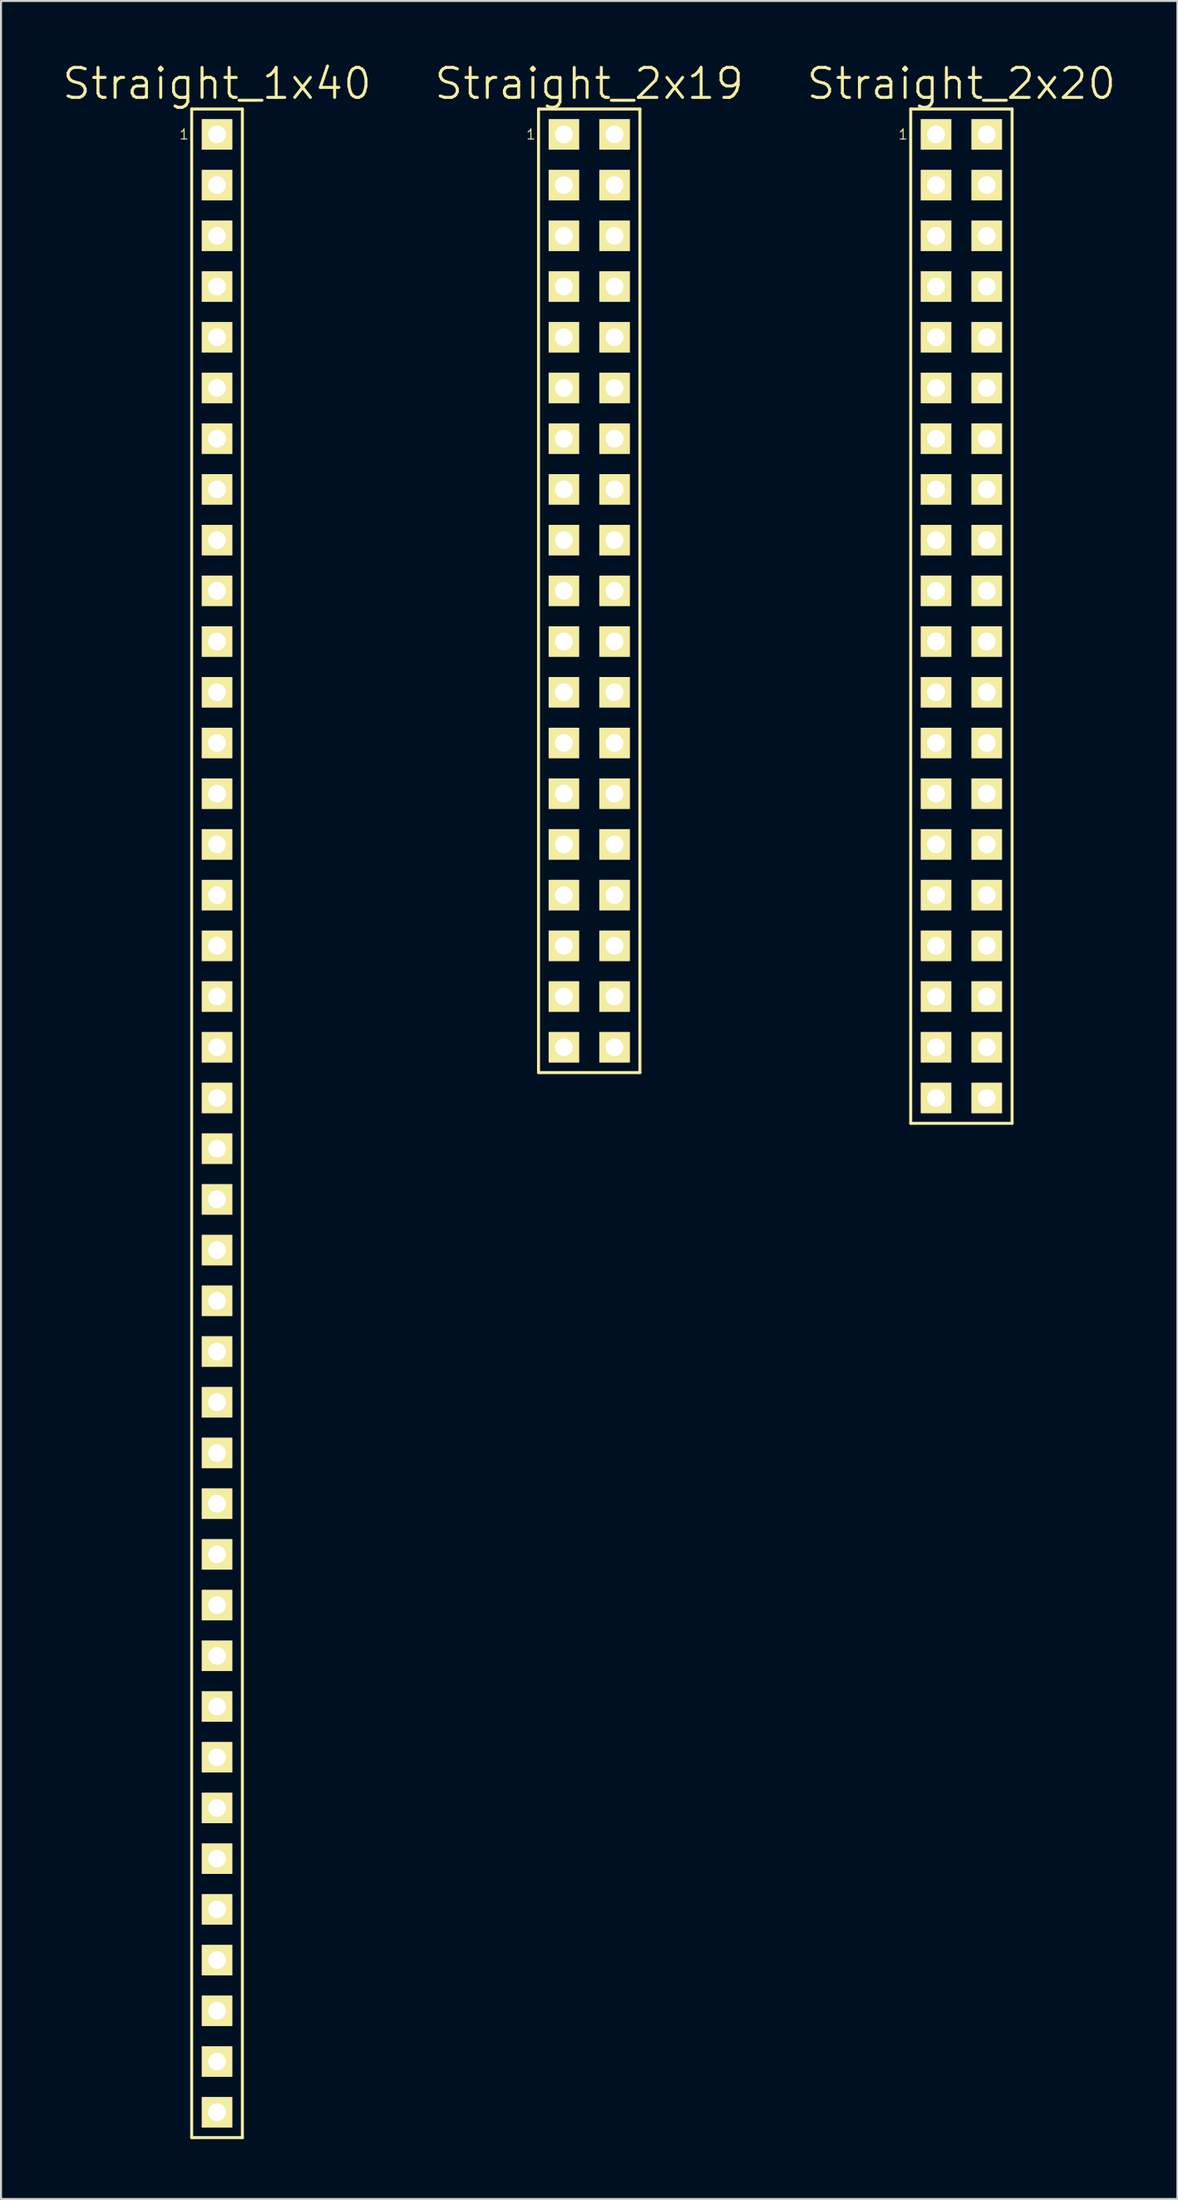
<source format=kicad_pcb>
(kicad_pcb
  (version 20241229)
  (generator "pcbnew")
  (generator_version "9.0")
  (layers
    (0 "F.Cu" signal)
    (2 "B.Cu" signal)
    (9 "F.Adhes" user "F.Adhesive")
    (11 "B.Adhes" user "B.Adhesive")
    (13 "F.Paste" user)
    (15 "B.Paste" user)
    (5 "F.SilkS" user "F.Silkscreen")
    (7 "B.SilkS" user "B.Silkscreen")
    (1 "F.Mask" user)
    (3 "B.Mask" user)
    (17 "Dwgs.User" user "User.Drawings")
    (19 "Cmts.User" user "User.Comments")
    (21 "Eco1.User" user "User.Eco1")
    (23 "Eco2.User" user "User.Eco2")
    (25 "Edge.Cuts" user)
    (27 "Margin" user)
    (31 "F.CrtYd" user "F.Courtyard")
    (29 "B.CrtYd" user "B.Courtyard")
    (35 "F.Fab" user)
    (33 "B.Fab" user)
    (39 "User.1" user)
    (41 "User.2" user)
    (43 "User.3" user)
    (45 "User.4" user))
  (footprint "Straight_1x40"
    (layer "F.Cu")
    (at 7.825 53.211)
    (property "Reference" "Straight_1x40" (at 0 -52.07 0) (layer "F.SilkS") (effects (font (size 1.5 1.5) (thickness 0.15))))
    (attr through_hole)
    (fp_line (start -1.27 -50.8) (end 1.27 -50.8) (stroke (width 0.15) (type solid)) (layer "F.SilkS"))
    (fp_line (start -1.27 50.8) (end -1.27 -50.8) (stroke (width 0.15) (type solid)) (layer "F.SilkS"))
    (fp_line (start 1.27 -50.8) (end 1.27 50.8) (stroke (width 0.15) (type solid)) (layer "F.SilkS"))
    (fp_line (start 1.27 50.8) (end -1.27 50.8) (stroke (width 0.15) (type solid)) (layer "F.SilkS"))
    (fp_text user "1" (at -1.651 -49.53 0) (layer "F.SilkS") (effects (font (size 0.5 0.5) (thickness 0.05))))
    (pad "1" thru_hole rect (at 0 -49.53) (size 1.524 1.524) (drill 0.889) (layers "*.Cu" "*.Mask" "F.SilkS"))
    (pad "2" thru_hole rect (at 0 -46.99) (size 1.524 1.524) (drill 0.889) (layers "*.Cu" "*.Mask" "F.SilkS"))
    (pad "3" thru_hole rect (at 0 -44.45) (size 1.524 1.524) (drill 0.889) (layers "*.Cu" "*.Mask" "F.SilkS"))
    (pad "4" thru_hole rect (at 0 -41.91) (size 1.524 1.524) (drill 0.889) (layers "*.Cu" "*.Mask" "F.SilkS"))
    (pad "5" thru_hole rect (at 0 -39.37) (size 1.524 1.524) (drill 0.889) (layers "*.Cu" "*.Mask" "F.SilkS"))
    (pad "6" thru_hole rect (at 0 -36.83) (size 1.524 1.524) (drill 0.889) (layers "*.Cu" "*.Mask" "F.SilkS"))
    (pad "7" thru_hole rect (at 0 -34.29) (size 1.524 1.524) (drill 0.889) (layers "*.Cu" "*.Mask" "F.SilkS"))
    (pad "8" thru_hole rect (at 0 -31.75) (size 1.524 1.524) (drill 0.889) (layers "*.Cu" "*.Mask" "F.SilkS"))
    (pad "9" thru_hole rect (at 0 -29.21) (size 1.524 1.524) (drill 0.889) (layers "*.Cu" "*.Mask" "F.SilkS"))
    (pad "10" thru_hole rect (at 0 -26.67) (size 1.524 1.524) (drill 0.889) (layers "*.Cu" "*.Mask" "F.SilkS"))
    (pad "11" thru_hole rect (at 0 -24.13) (size 1.524 1.524) (drill 0.889) (layers "*.Cu" "*.Mask" "F.SilkS"))
    (pad "12" thru_hole rect (at 0 -21.59) (size 1.524 1.524) (drill 0.889) (layers "*.Cu" "*.Mask" "F.SilkS"))
    (pad "13" thru_hole rect (at 0 -19.05) (size 1.524 1.524) (drill 0.889) (layers "*.Cu" "*.Mask" "F.SilkS"))
    (pad "14" thru_hole rect (at 0 -16.51) (size 1.524 1.524) (drill 0.889) (layers "*.Cu" "*.Mask" "F.SilkS"))
    (pad "15" thru_hole rect (at 0 -13.97) (size 1.524 1.524) (drill 0.889) (layers "*.Cu" "*.Mask" "F.SilkS"))
    (pad "16" thru_hole rect (at 0 -11.43) (size 1.524 1.524) (drill 0.889) (layers "*.Cu" "*.Mask" "F.SilkS"))
    (pad "17" thru_hole rect (at 0 -8.89) (size 1.524 1.524) (drill 0.889) (layers "*.Cu" "*.Mask" "F.SilkS"))
    (pad "18" thru_hole rect (at 0 -6.35) (size 1.524 1.524) (drill 0.889) (layers "*.Cu" "*.Mask" "F.SilkS"))
    (pad "19" thru_hole rect (at 0 -3.81) (size 1.524 1.524) (drill 0.889) (layers "*.Cu" "*.Mask" "F.SilkS"))
    (pad "20" thru_hole rect (at 0 -1.27) (size 1.524 1.524) (drill 0.889) (layers "*.Cu" "*.Mask" "F.SilkS"))
    (pad "21" thru_hole rect (at 0 1.27) (size 1.524 1.524) (drill 0.889) (layers "*.Cu" "*.Mask" "F.SilkS"))
    (pad "22" thru_hole rect (at 0 3.81) (size 1.524 1.524) (drill 0.889) (layers "*.Cu" "*.Mask" "F.SilkS"))
    (pad "23" thru_hole rect (at 0 6.35) (size 1.524 1.524) (drill 0.889) (layers "*.Cu" "*.Mask" "F.SilkS"))
    (pad "24" thru_hole rect (at 0 8.89) (size 1.524 1.524) (drill 0.889) (layers "*.Cu" "*.Mask" "F.SilkS"))
    (pad "25" thru_hole rect (at 0 11.43) (size 1.524 1.524) (drill 0.889) (layers "*.Cu" "*.Mask" "F.SilkS"))
    (pad "26" thru_hole rect (at 0 13.97) (size 1.524 1.524) (drill 0.889) (layers "*.Cu" "*.Mask" "F.SilkS"))
    (pad "27" thru_hole rect (at 0 16.51) (size 1.524 1.524) (drill 0.889) (layers "*.Cu" "*.Mask" "F.SilkS"))
    (pad "28" thru_hole rect (at 0 19.05) (size 1.524 1.524) (drill 0.889) (layers "*.Cu" "*.Mask" "F.SilkS"))
    (pad "29" thru_hole rect (at 0 21.59) (size 1.524 1.524) (drill 0.889) (layers "*.Cu" "*.Mask" "F.SilkS"))
    (pad "30" thru_hole rect (at 0 24.13) (size 1.524 1.524) (drill 0.889) (layers "*.Cu" "*.Mask" "F.SilkS"))
    (pad "31" thru_hole rect (at 0 26.67) (size 1.524 1.524) (drill 0.889) (layers "*.Cu" "*.Mask" "F.SilkS"))
    (pad "32" thru_hole rect (at 0 29.21) (size 1.524 1.524) (drill 0.889) (layers "*.Cu" "*.Mask" "F.SilkS"))
    (pad "33" thru_hole rect (at 0 31.75) (size 1.524 1.524) (drill 0.889) (layers "*.Cu" "*.Mask" "F.SilkS"))
    (pad "34" thru_hole rect (at 0 34.29) (size 1.524 1.524) (drill 0.889) (layers "*.Cu" "*.Mask" "F.SilkS"))
    (pad "35" thru_hole rect (at 0 36.83) (size 1.524 1.524) (drill 0.889) (layers "*.Cu" "*.Mask" "F.SilkS"))
    (pad "36" thru_hole rect (at 0 39.37) (size 1.524 1.524) (drill 0.889) (layers "*.Cu" "*.Mask" "F.SilkS"))
    (pad "37" thru_hole rect (at 0 41.91) (size 1.524 1.524) (drill 0.889) (layers "*.Cu" "*.Mask" "F.SilkS"))
    (pad "38" thru_hole rect (at 0 44.45) (size 1.524 1.524) (drill 0.889) (layers "*.Cu" "*.Mask" "F.SilkS"))
    (pad "39" thru_hole rect (at 0 46.99) (size 1.524 1.524) (drill 0.889) (layers "*.Cu" "*.Mask" "F.SilkS"))
    (pad "40" thru_hole rect (at 0 49.53) (size 1.524 1.524) (drill 0.889) (layers "*.Cu" "*.Mask" "F.SilkS")))
  (footprint "Straight_2x20"
    (layer "F.Cu")
    (at 45.125 27.811)
    (property "Reference" "Straight_2x20" (at 0 -26.67 0) (layer "F.SilkS") (effects (font (size 1.5 1.5) (thickness 0.15))))
    (attr through_hole)
    (fp_line (start -2.54 -25.4) (end 2.54 -25.4) (stroke (width 0.15) (type solid)) (layer "F.SilkS"))
    (fp_line (start -2.54 25.4) (end -2.54 -25.4) (stroke (width 0.15) (type solid)) (layer "F.SilkS"))
    (fp_line (start 2.54 -25.4) (end 2.54 25.4) (stroke (width 0.15) (type solid)) (layer "F.SilkS"))
    (fp_line (start 2.54 25.4) (end -2.54 25.4) (stroke (width 0.15) (type solid)) (layer "F.SilkS"))
    (fp_text user "1" (at -2.921 -24.13 0) (layer "F.SilkS") (effects (font (size 0.5 0.5) (thickness 0.05))))
    (pad "1" thru_hole rect (at -1.27 -24.13) (size 1.524 1.524) (drill 0.889) (layers "*.Cu" "*.Mask" "F.SilkS"))
    (pad "2" thru_hole rect (at 1.27 -24.13) (size 1.524 1.524) (drill 0.889) (layers "*.Cu" "*.Mask" "F.SilkS"))
    (pad "3" thru_hole rect (at -1.27 -21.59) (size 1.524 1.524) (drill 0.889) (layers "*.Cu" "*.Mask" "F.SilkS"))
    (pad "4" thru_hole rect (at 1.27 -21.59) (size 1.524 1.524) (drill 0.889) (layers "*.Cu" "*.Mask" "F.SilkS"))
    (pad "5" thru_hole rect (at -1.27 -19.05) (size 1.524 1.524) (drill 0.889) (layers "*.Cu" "*.Mask" "F.SilkS"))
    (pad "6" thru_hole rect (at 1.27 -19.05) (size 1.524 1.524) (drill 0.889) (layers "*.Cu" "*.Mask" "F.SilkS"))
    (pad "7" thru_hole rect (at -1.27 -16.51) (size 1.524 1.524) (drill 0.889) (layers "*.Cu" "*.Mask" "F.SilkS"))
    (pad "8" thru_hole rect (at 1.27 -16.51) (size 1.524 1.524) (drill 0.889) (layers "*.Cu" "*.Mask" "F.SilkS"))
    (pad "9" thru_hole rect (at -1.27 -13.97) (size 1.524 1.524) (drill 0.889) (layers "*.Cu" "*.Mask" "F.SilkS"))
    (pad "10" thru_hole rect (at 1.27 -13.97) (size 1.524 1.524) (drill 0.889) (layers "*.Cu" "*.Mask" "F.SilkS"))
    (pad "11" thru_hole rect (at -1.27 -11.43) (size 1.524 1.524) (drill 0.889) (layers "*.Cu" "*.Mask" "F.SilkS"))
    (pad "12" thru_hole rect (at 1.27 -11.43) (size 1.524 1.524) (drill 0.889) (layers "*.Cu" "*.Mask" "F.SilkS"))
    (pad "13" thru_hole rect (at -1.27 -8.89) (size 1.524 1.524) (drill 0.889) (layers "*.Cu" "*.Mask" "F.SilkS"))
    (pad "14" thru_hole rect (at 1.27 -8.89) (size 1.524 1.524) (drill 0.889) (layers "*.Cu" "*.Mask" "F.SilkS"))
    (pad "15" thru_hole rect (at -1.27 -6.35) (size 1.524 1.524) (drill 0.889) (layers "*.Cu" "*.Mask" "F.SilkS"))
    (pad "16" thru_hole rect (at 1.27 -6.35) (size 1.524 1.524) (drill 0.889) (layers "*.Cu" "*.Mask" "F.SilkS"))
    (pad "17" thru_hole rect (at -1.27 -3.81) (size 1.524 1.524) (drill 0.889) (layers "*.Cu" "*.Mask" "F.SilkS"))
    (pad "18" thru_hole rect (at 1.27 -3.81) (size 1.524 1.524) (drill 0.889) (layers "*.Cu" "*.Mask" "F.SilkS"))
    (pad "19" thru_hole rect (at -1.27 -1.27) (size 1.524 1.524) (drill 0.889) (layers "*.Cu" "*.Mask" "F.SilkS"))
    (pad "20" thru_hole rect (at 1.27 -1.27) (size 1.524 1.524) (drill 0.889) (layers "*.Cu" "*.Mask" "F.SilkS"))
    (pad "21" thru_hole rect (at -1.27 1.27) (size 1.524 1.524) (drill 0.889) (layers "*.Cu" "*.Mask" "F.SilkS"))
    (pad "22" thru_hole rect (at 1.27 1.27) (size 1.524 1.524) (drill 0.889) (layers "*.Cu" "*.Mask" "F.SilkS"))
    (pad "23" thru_hole rect (at -1.27 3.81) (size 1.524 1.524) (drill 0.889) (layers "*.Cu" "*.Mask" "F.SilkS"))
    (pad "24" thru_hole rect (at 1.27 3.81) (size 1.524 1.524) (drill 0.889) (layers "*.Cu" "*.Mask" "F.SilkS"))
    (pad "25" thru_hole rect (at -1.27 6.35) (size 1.524 1.524) (drill 0.889) (layers "*.Cu" "*.Mask" "F.SilkS"))
    (pad "26" thru_hole rect (at 1.27 6.35) (size 1.524 1.524) (drill 0.889) (layers "*.Cu" "*.Mask" "F.SilkS"))
    (pad "27" thru_hole rect (at -1.27 8.89) (size 1.524 1.524) (drill 0.889) (layers "*.Cu" "*.Mask" "F.SilkS"))
    (pad "28" thru_hole rect (at 1.27 8.89) (size 1.524 1.524) (drill 0.889) (layers "*.Cu" "*.Mask" "F.SilkS"))
    (pad "29" thru_hole rect (at -1.27 11.43) (size 1.524 1.524) (drill 0.889) (layers "*.Cu" "*.Mask" "F.SilkS"))
    (pad "30" thru_hole rect (at 1.27 11.43) (size 1.524 1.524) (drill 0.889) (layers "*.Cu" "*.Mask" "F.SilkS"))
    (pad "31" thru_hole rect (at -1.27 13.97) (size 1.524 1.524) (drill 0.889) (layers "*.Cu" "*.Mask" "F.SilkS"))
    (pad "32" thru_hole rect (at 1.27 13.97) (size 1.524 1.524) (drill 0.889) (layers "*.Cu" "*.Mask" "F.SilkS"))
    (pad "33" thru_hole rect (at -1.27 16.51) (size 1.524 1.524) (drill 0.889) (layers "*.Cu" "*.Mask" "F.SilkS"))
    (pad "34" thru_hole rect (at 1.27 16.51) (size 1.524 1.524) (drill 0.889) (layers "*.Cu" "*.Mask" "F.SilkS"))
    (pad "35" thru_hole rect (at -1.27 19.05) (size 1.524 1.524) (drill 0.889) (layers "*.Cu" "*.Mask" "F.SilkS"))
    (pad "36" thru_hole rect (at 1.27 19.05) (size 1.524 1.524) (drill 0.889) (layers "*.Cu" "*.Mask" "F.SilkS"))
    (pad "37" thru_hole rect (at -1.27 21.59) (size 1.524 1.524) (drill 0.889) (layers "*.Cu" "*.Mask" "F.SilkS"))
    (pad "38" thru_hole rect (at 1.27 21.59) (size 1.524 1.524) (drill 0.889) (layers "*.Cu" "*.Mask" "F.SilkS"))
    (pad "39" thru_hole rect (at -1.27 24.13) (size 1.524 1.524) (drill 0.889) (layers "*.Cu" "*.Mask" "F.SilkS"))
    (pad "40" thru_hole rect (at 1.27 24.13) (size 1.524 1.524) (drill 0.889) (layers "*.Cu" "*.Mask" "F.SilkS")))
  (footprint "Straight_2x19"
    (layer "F.Cu")
    (at 26.475 26.541)
    (property "Reference" "Straight_2x19" (at 0 -25.4 0) (layer "F.SilkS") (effects (font (size 1.5 1.5) (thickness 0.15))))
    (attr through_hole)
    (fp_line (start -2.54 -24.13) (end 2.54 -24.13) (stroke (width 0.15) (type solid)) (layer "F.SilkS"))
    (fp_line (start -2.54 24.13) (end -2.54 -24.13) (stroke (width 0.15) (type solid)) (layer "F.SilkS"))
    (fp_line (start 2.54 -24.13) (end 2.54 24.13) (stroke (width 0.15) (type solid)) (layer "F.SilkS"))
    (fp_line (start 2.54 24.13) (end -2.54 24.13) (stroke (width 0.15) (type solid)) (layer "F.SilkS"))
    (fp_text user "1" (at -2.921 -22.86 0) (layer "F.SilkS") (effects (font (size 0.5 0.5) (thickness 0.05))))
    (pad "1" thru_hole rect (at -1.27 -22.86) (size 1.524 1.524) (drill 0.889) (layers "*.Cu" "*.Mask" "F.SilkS"))
    (pad "2" thru_hole rect (at 1.27 -22.86) (size 1.524 1.524) (drill 0.889) (layers "*.Cu" "*.Mask" "F.SilkS"))
    (pad "3" thru_hole rect (at -1.27 -20.32) (size 1.524 1.524) (drill 0.889) (layers "*.Cu" "*.Mask" "F.SilkS"))
    (pad "4" thru_hole rect (at 1.27 -20.32) (size 1.524 1.524) (drill 0.889) (layers "*.Cu" "*.Mask" "F.SilkS"))
    (pad "5" thru_hole rect (at -1.27 -17.78) (size 1.524 1.524) (drill 0.889) (layers "*.Cu" "*.Mask" "F.SilkS"))
    (pad "6" thru_hole rect (at 1.27 -17.78) (size 1.524 1.524) (drill 0.889) (layers "*.Cu" "*.Mask" "F.SilkS"))
    (pad "7" thru_hole rect (at -1.27 -15.24) (size 1.524 1.524) (drill 0.889) (layers "*.Cu" "*.Mask" "F.SilkS"))
    (pad "8" thru_hole rect (at 1.27 -15.24) (size 1.524 1.524) (drill 0.889) (layers "*.Cu" "*.Mask" "F.SilkS"))
    (pad "9" thru_hole rect (at -1.27 -12.7) (size 1.524 1.524) (drill 0.889) (layers "*.Cu" "*.Mask" "F.SilkS"))
    (pad "10" thru_hole rect (at 1.27 -12.7) (size 1.524 1.524) (drill 0.889) (layers "*.Cu" "*.Mask" "F.SilkS"))
    (pad "11" thru_hole rect (at -1.27 -10.16) (size 1.524 1.524) (drill 0.889) (layers "*.Cu" "*.Mask" "F.SilkS"))
    (pad "12" thru_hole rect (at 1.27 -10.16) (size 1.524 1.524) (drill 0.889) (layers "*.Cu" "*.Mask" "F.SilkS"))
    (pad "13" thru_hole rect (at -1.27 -7.62) (size 1.524 1.524) (drill 0.889) (layers "*.Cu" "*.Mask" "F.SilkS"))
    (pad "14" thru_hole rect (at 1.27 -7.62) (size 1.524 1.524) (drill 0.889) (layers "*.Cu" "*.Mask" "F.SilkS"))
    (pad "15" thru_hole rect (at -1.27 -5.08) (size 1.524 1.524) (drill 0.889) (layers "*.Cu" "*.Mask" "F.SilkS"))
    (pad "16" thru_hole rect (at 1.27 -5.08) (size 1.524 1.524) (drill 0.889) (layers "*.Cu" "*.Mask" "F.SilkS"))
    (pad "17" thru_hole rect (at -1.27 -2.54) (size 1.524 1.524) (drill 0.889) (layers "*.Cu" "*.Mask" "F.SilkS"))
    (pad "18" thru_hole rect (at 1.27 -2.54) (size 1.524 1.524) (drill 0.889) (layers "*.Cu" "*.Mask" "F.SilkS"))
    (pad "19" thru_hole rect (at -1.27 0) (size 1.524 1.524) (drill 0.889) (layers "*.Cu" "*.Mask" "F.SilkS"))
    (pad "20" thru_hole rect (at 1.27 0) (size 1.524 1.524) (drill 0.889) (layers "*.Cu" "*.Mask" "F.SilkS"))
    (pad "21" thru_hole rect (at -1.27 2.54) (size 1.524 1.524) (drill 0.889) (layers "*.Cu" "*.Mask" "F.SilkS"))
    (pad "22" thru_hole rect (at 1.27 2.54) (size 1.524 1.524) (drill 0.889) (layers "*.Cu" "*.Mask" "F.SilkS"))
    (pad "23" thru_hole rect (at -1.27 5.08) (size 1.524 1.524) (drill 0.889) (layers "*.Cu" "*.Mask" "F.SilkS"))
    (pad "24" thru_hole rect (at 1.27 5.08) (size 1.524 1.524) (drill 0.889) (layers "*.Cu" "*.Mask" "F.SilkS"))
    (pad "25" thru_hole rect (at -1.27 7.62) (size 1.524 1.524) (drill 0.889) (layers "*.Cu" "*.Mask" "F.SilkS"))
    (pad "26" thru_hole rect (at 1.27 7.62) (size 1.524 1.524) (drill 0.889) (layers "*.Cu" "*.Mask" "F.SilkS"))
    (pad "27" thru_hole rect (at -1.27 10.16) (size 1.524 1.524) (drill 0.889) (layers "*.Cu" "*.Mask" "F.SilkS"))
    (pad "28" thru_hole rect (at 1.27 10.16) (size 1.524 1.524) (drill 0.889) (layers "*.Cu" "*.Mask" "F.SilkS"))
    (pad "29" thru_hole rect (at -1.27 12.7) (size 1.524 1.524) (drill 0.889) (layers "*.Cu" "*.Mask" "F.SilkS"))
    (pad "30" thru_hole rect (at 1.27 12.7) (size 1.524 1.524) (drill 0.889) (layers "*.Cu" "*.Mask" "F.SilkS"))
    (pad "31" thru_hole rect (at -1.27 15.24) (size 1.524 1.524) (drill 0.889) (layers "*.Cu" "*.Mask" "F.SilkS"))
    (pad "32" thru_hole rect (at 1.27 15.24) (size 1.524 1.524) (drill 0.889) (layers "*.Cu" "*.Mask" "F.SilkS"))
    (pad "33" thru_hole rect (at -1.27 17.78) (size 1.524 1.524) (drill 0.889) (layers "*.Cu" "*.Mask" "F.SilkS"))
    (pad "34" thru_hole rect (at 1.27 17.78) (size 1.524 1.524) (drill 0.889) (layers "*.Cu" "*.Mask" "F.SilkS"))
    (pad "35" thru_hole rect (at -1.27 20.32) (size 1.524 1.524) (drill 0.889) (layers "*.Cu" "*.Mask" "F.SilkS"))
    (pad "36" thru_hole rect (at 1.27 20.32) (size 1.524 1.524) (drill 0.889) (layers "*.Cu" "*.Mask" "F.SilkS"))
    (pad "37" thru_hole rect (at -1.27 22.86) (size 1.524 1.524) (drill 0.889) (layers "*.Cu" "*.Mask" "F.SilkS"))
    (pad "38" thru_hole rect (at 1.27 22.86) (size 1.524 1.524) (drill 0.889) (layers "*.Cu" "*.Mask" "F.SilkS")))
  (gr_rect
    (start -3 -3)
    (end 55.95 107.086)
    (stroke (width 0.1) (type default))
    (fill no)
    (layer "Edge.Cuts")))
</source>
